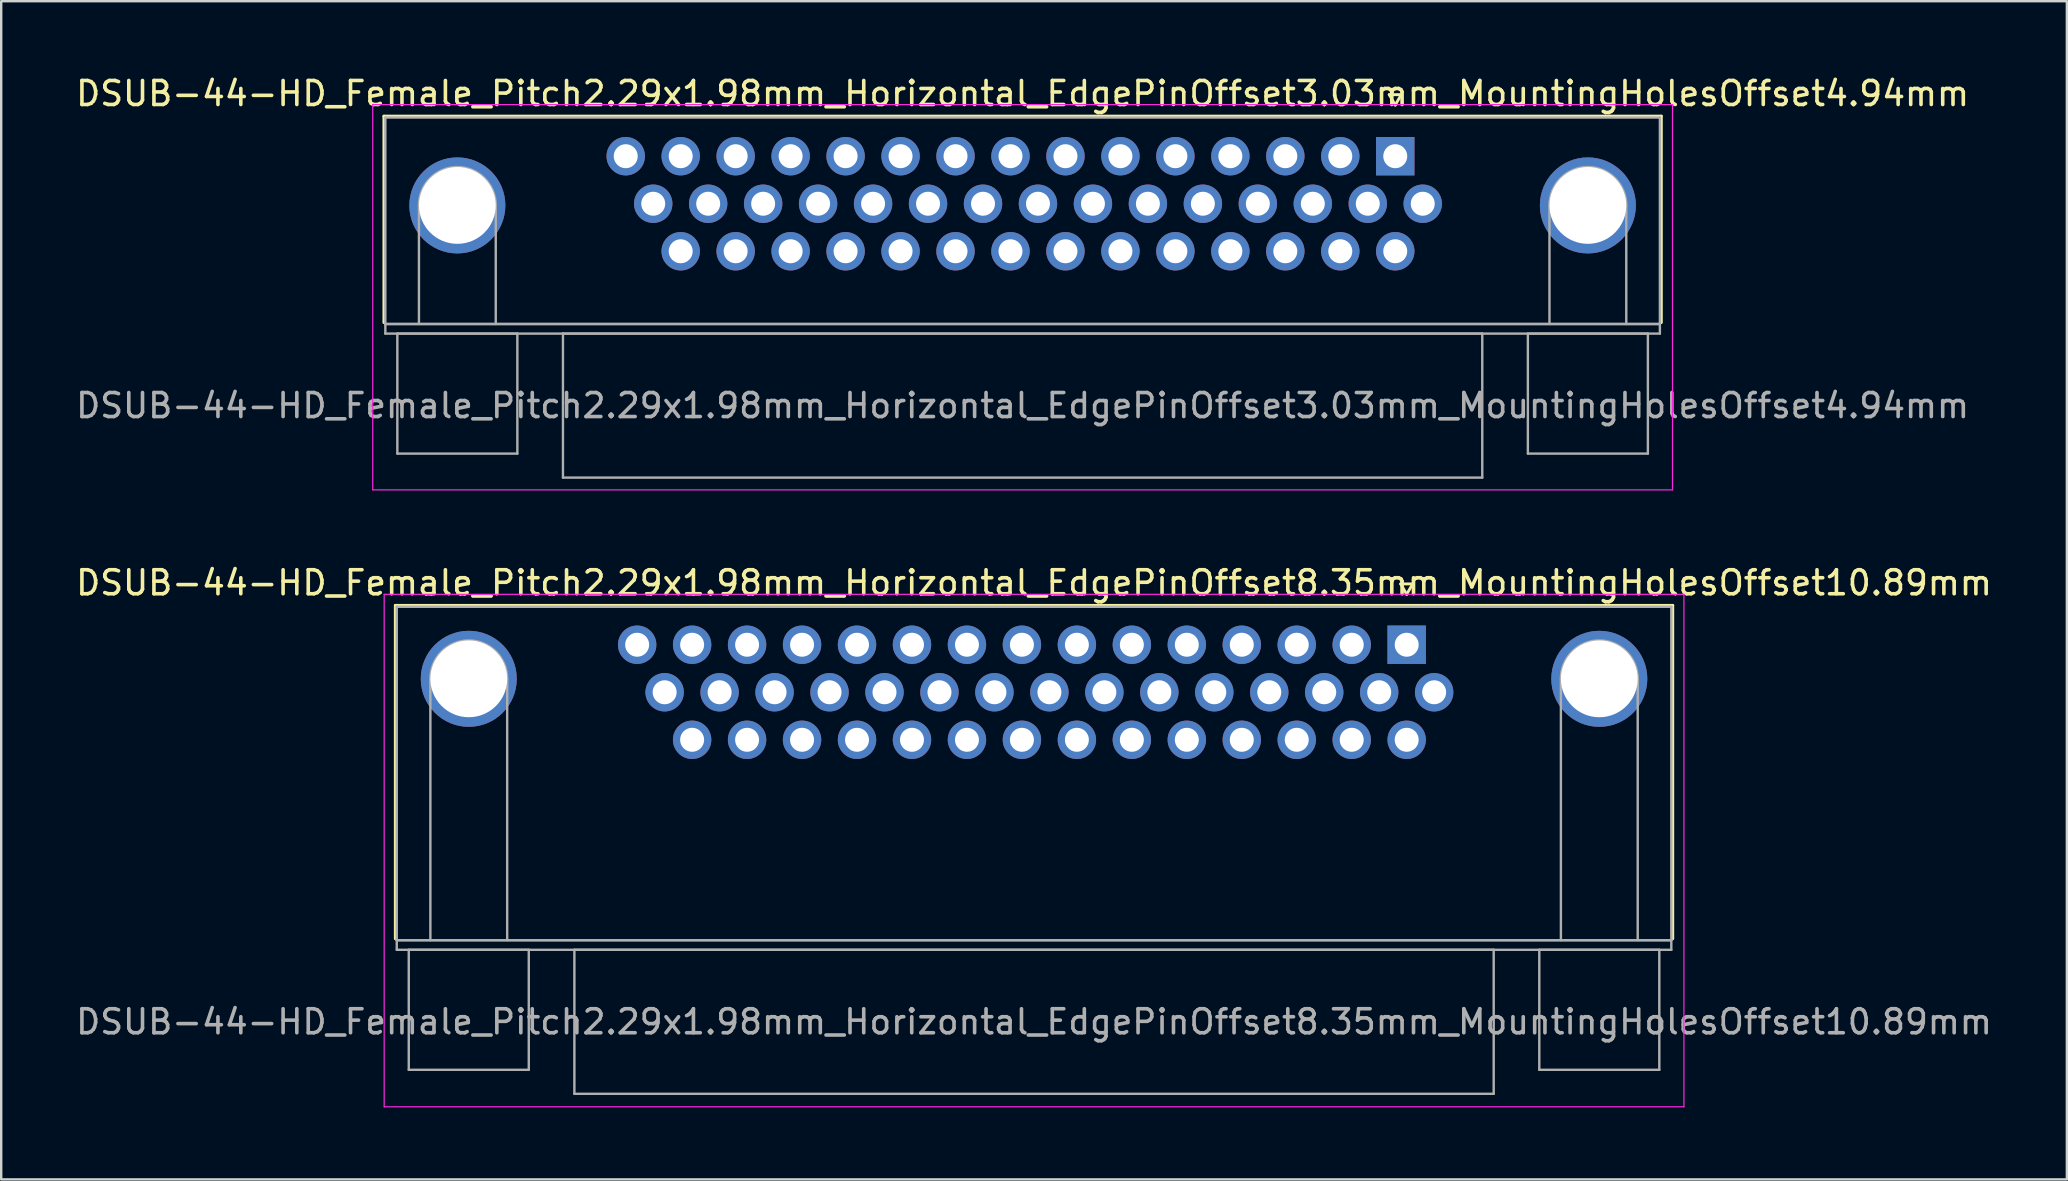
<source format=kicad_pcb>
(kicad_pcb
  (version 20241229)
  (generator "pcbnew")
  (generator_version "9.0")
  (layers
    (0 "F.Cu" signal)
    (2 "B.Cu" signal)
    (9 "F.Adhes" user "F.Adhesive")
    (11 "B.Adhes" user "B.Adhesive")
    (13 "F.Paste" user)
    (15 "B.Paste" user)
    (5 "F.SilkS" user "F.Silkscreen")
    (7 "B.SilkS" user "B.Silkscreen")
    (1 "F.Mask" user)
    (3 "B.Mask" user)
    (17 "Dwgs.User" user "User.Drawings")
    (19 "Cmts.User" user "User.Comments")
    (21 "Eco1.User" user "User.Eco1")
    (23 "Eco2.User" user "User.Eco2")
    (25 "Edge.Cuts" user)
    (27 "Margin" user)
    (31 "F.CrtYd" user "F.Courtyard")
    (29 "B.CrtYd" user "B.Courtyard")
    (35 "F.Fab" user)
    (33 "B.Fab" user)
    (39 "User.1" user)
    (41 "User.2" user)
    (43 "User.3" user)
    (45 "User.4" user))
  (footprint "DSUB-44-HD_Female_Pitch2.29x1.98mm_Horizontal_EdgePinOffset3.03mm_MountingHolesOffset4.94mm"
    (layer "F.Cu")
    (at 55.079 3.458)
    (property "Reference" "DSUB-44-HD_Female_Pitch2.29x1.98mm_Horizontal_EdgePinOffset3.03mm_MountingHolesOffset4.94mm" (at -15.525 -2.61 0) (layer "F.SilkS") (effects (font (size 1 1) (thickness 0.15))))
    (attr through_hole)
    (fp_line (start -42.135 -1.67) (end 11.085 -1.67) (stroke (width 0.12) (type solid)) (layer "F.SilkS"))
    (fp_line (start -42.135 6.93) (end -42.135 -1.67) (stroke (width 0.12) (type solid)) (layer "F.SilkS"))
    (fp_line (start -0.25 -2.564) (end 0.25 -2.564) (stroke (width 0.12) (type solid)) (layer "F.SilkS"))
    (fp_line (start 0 -2.131) (end -0.25 -2.564) (stroke (width 0.12) (type solid)) (layer "F.SilkS"))
    (fp_line (start 0.25 -2.564) (end 0 -2.131) (stroke (width 0.12) (type solid)) (layer "F.SilkS"))
    (fp_line (start 11.085 -1.67) (end 11.085 6.93) (stroke (width 0.12) (type solid)) (layer "F.SilkS"))
    (fp_line (start -42.6 -2.15) (end -42.6 13.9) (stroke (width 0.05) (type solid)) (layer "F.CrtYd"))
    (fp_line (start -42.6 13.9) (end 11.55 13.9) (stroke (width 0.05) (type solid)) (layer "F.CrtYd"))
    (fp_line (start 11.55 -2.15) (end -42.6 -2.15) (stroke (width 0.05) (type solid)) (layer "F.CrtYd"))
    (fp_line (start 11.55 13.9) (end 11.55 -2.15) (stroke (width 0.05) (type solid)) (layer "F.CrtYd"))
    (fp_line (start -42.075 -1.61) (end -42.075 6.99) (stroke (width 0.1) (type solid)) (layer "F.Fab"))
    (fp_line (start -42.075 6.99) (end -42.075 7.39) (stroke (width 0.1) (type solid)) (layer "F.Fab"))
    (fp_line (start -42.075 6.99) (end 11.025 6.99) (stroke (width 0.1) (type solid)) (layer "F.Fab"))
    (fp_line (start -42.075 7.39) (end 11.025 7.39) (stroke (width 0.1) (type solid)) (layer "F.Fab"))
    (fp_line (start -41.575 7.39) (end -41.575 12.39) (stroke (width 0.1) (type solid)) (layer "F.Fab"))
    (fp_line (start -41.575 12.39) (end -36.575 12.39) (stroke (width 0.1) (type solid)) (layer "F.Fab"))
    (fp_line (start -40.675 6.99) (end -40.675 2.05) (stroke (width 0.1) (type solid)) (layer "F.Fab"))
    (fp_line (start -37.475 6.99) (end -37.475 2.05) (stroke (width 0.1) (type solid)) (layer "F.Fab"))
    (fp_line (start -36.575 7.39) (end -41.575 7.39) (stroke (width 0.1) (type solid)) (layer "F.Fab"))
    (fp_line (start -36.575 12.39) (end -36.575 7.39) (stroke (width 0.1) (type solid)) (layer "F.Fab"))
    (fp_line (start -34.675 7.39) (end -34.675 13.39) (stroke (width 0.1) (type solid)) (layer "F.Fab"))
    (fp_line (start -34.675 13.39) (end 3.625 13.39) (stroke (width 0.1) (type solid)) (layer "F.Fab"))
    (fp_line (start 3.625 7.39) (end -34.675 7.39) (stroke (width 0.1) (type solid)) (layer "F.Fab"))
    (fp_line (start 3.625 13.39) (end 3.625 7.39) (stroke (width 0.1) (type solid)) (layer "F.Fab"))
    (fp_line (start 5.525 7.39) (end 5.525 12.39) (stroke (width 0.1) (type solid)) (layer "F.Fab"))
    (fp_line (start 5.525 12.39) (end 10.525 12.39) (stroke (width 0.1) (type solid)) (layer "F.Fab"))
    (fp_line (start 6.425 6.99) (end 6.425 2.05) (stroke (width 0.1) (type solid)) (layer "F.Fab"))
    (fp_line (start 9.625 6.99) (end 9.625 2.05) (stroke (width 0.1) (type solid)) (layer "F.Fab"))
    (fp_line (start 10.525 7.39) (end 5.525 7.39) (stroke (width 0.1) (type solid)) (layer "F.Fab"))
    (fp_line (start 10.525 12.39) (end 10.525 7.39) (stroke (width 0.1) (type solid)) (layer "F.Fab"))
    (fp_line (start 11.025 -1.61) (end -42.075 -1.61) (stroke (width 0.1) (type solid)) (layer "F.Fab"))
    (fp_line (start 11.025 6.99) (end -42.075 6.99) (stroke (width 0.1) (type solid)) (layer "F.Fab"))
    (fp_line (start 11.025 6.99) (end 11.025 -1.61) (stroke (width 0.1) (type solid)) (layer "F.Fab"))
    (fp_line (start 11.025 7.39) (end 11.025 6.99) (stroke (width 0.1) (type solid)) (layer "F.Fab"))
    (fp_arc (start -40.675 2.05) (mid -39.075 0.45) (end -37.475 2.05) (stroke (width 0.1) (type solid)) (layer "F.Fab"))
    (fp_arc (start 6.425 2.05) (mid 8.025 0.45) (end 9.625 2.05) (stroke (width 0.1) (type solid)) (layer "F.Fab"))
    (fp_text user "${REFERENCE}" (at -15.525 10.39 0) (layer "F.Fab") (effects (font (size 1 1) (thickness 0.15))))
    (pad "0" thru_hole circle (at -39.075 2.05) (size 4 4) (drill 3.2) (layers "*.Cu" "*.Mask"))
    (pad "0" thru_hole circle (at 8.025 2.05) (size 4 4) (drill 3.2) (layers "*.Cu" "*.Mask"))
    (pad "1" thru_hole rect (at 0 0) (size 1.6 1.6) (drill 1) (layers "*.Cu" "*.Mask"))
    (pad "2" thru_hole circle (at -2.29 0) (size 1.6 1.6) (drill 1) (layers "*.Cu" "*.Mask"))
    (pad "3" thru_hole circle (at -4.58 0) (size 1.6 1.6) (drill 1) (layers "*.Cu" "*.Mask"))
    (pad "4" thru_hole circle (at -6.87 0) (size 1.6 1.6) (drill 1) (layers "*.Cu" "*.Mask"))
    (pad "5" thru_hole circle (at -9.16 0) (size 1.6 1.6) (drill 1) (layers "*.Cu" "*.Mask"))
    (pad "6" thru_hole circle (at -11.45 0) (size 1.6 1.6) (drill 1) (layers "*.Cu" "*.Mask"))
    (pad "7" thru_hole circle (at -13.74 0) (size 1.6 1.6) (drill 1) (layers "*.Cu" "*.Mask"))
    (pad "8" thru_hole circle (at -16.03 0) (size 1.6 1.6) (drill 1) (layers "*.Cu" "*.Mask"))
    (pad "9" thru_hole circle (at -18.32 0) (size 1.6 1.6) (drill 1) (layers "*.Cu" "*.Mask"))
    (pad "10" thru_hole circle (at -20.61 0) (size 1.6 1.6) (drill 1) (layers "*.Cu" "*.Mask"))
    (pad "11" thru_hole circle (at -22.9 0) (size 1.6 1.6) (drill 1) (layers "*.Cu" "*.Mask"))
    (pad "12" thru_hole circle (at -25.19 0) (size 1.6 1.6) (drill 1) (layers "*.Cu" "*.Mask"))
    (pad "13" thru_hole circle (at -27.48 0) (size 1.6 1.6) (drill 1) (layers "*.Cu" "*.Mask"))
    (pad "14" thru_hole circle (at -29.77 0) (size 1.6 1.6) (drill 1) (layers "*.Cu" "*.Mask"))
    (pad "15" thru_hole circle (at -32.06 0) (size 1.6 1.6) (drill 1) (layers "*.Cu" "*.Mask"))
    (pad "16" thru_hole circle (at 1.145 1.98) (size 1.6 1.6) (drill 1) (layers "*.Cu" "*.Mask"))
    (pad "17" thru_hole circle (at -1.145 1.98) (size 1.6 1.6) (drill 1) (layers "*.Cu" "*.Mask"))
    (pad "18" thru_hole circle (at -3.435 1.98) (size 1.6 1.6) (drill 1) (layers "*.Cu" "*.Mask"))
    (pad "19" thru_hole circle (at -5.725 1.98) (size 1.6 1.6) (drill 1) (layers "*.Cu" "*.Mask"))
    (pad "20" thru_hole circle (at -8.015 1.98) (size 1.6 1.6) (drill 1) (layers "*.Cu" "*.Mask"))
    (pad "21" thru_hole circle (at -10.305 1.98) (size 1.6 1.6) (drill 1) (layers "*.Cu" "*.Mask"))
    (pad "22" thru_hole circle (at -12.595 1.98) (size 1.6 1.6) (drill 1) (layers "*.Cu" "*.Mask"))
    (pad "23" thru_hole circle (at -14.885 1.98) (size 1.6 1.6) (drill 1) (layers "*.Cu" "*.Mask"))
    (pad "24" thru_hole circle (at -17.175 1.98) (size 1.6 1.6) (drill 1) (layers "*.Cu" "*.Mask"))
    (pad "25" thru_hole circle (at -19.465 1.98) (size 1.6 1.6) (drill 1) (layers "*.Cu" "*.Mask"))
    (pad "26" thru_hole circle (at -21.755 1.98) (size 1.6 1.6) (drill 1) (layers "*.Cu" "*.Mask"))
    (pad "27" thru_hole circle (at -24.045 1.98) (size 1.6 1.6) (drill 1) (layers "*.Cu" "*.Mask"))
    (pad "28" thru_hole circle (at -26.335 1.98) (size 1.6 1.6) (drill 1) (layers "*.Cu" "*.Mask"))
    (pad "29" thru_hole circle (at -28.625 1.98) (size 1.6 1.6) (drill 1) (layers "*.Cu" "*.Mask"))
    (pad "30" thru_hole circle (at -30.915 1.98) (size 1.6 1.6) (drill 1) (layers "*.Cu" "*.Mask"))
    (pad "31" thru_hole circle (at 0 3.96) (size 1.6 1.6) (drill 1) (layers "*.Cu" "*.Mask"))
    (pad "32" thru_hole circle (at -2.29 3.96) (size 1.6 1.6) (drill 1) (layers "*.Cu" "*.Mask"))
    (pad "33" thru_hole circle (at -4.58 3.96) (size 1.6 1.6) (drill 1) (layers "*.Cu" "*.Mask"))
    (pad "34" thru_hole circle (at -6.87 3.96) (size 1.6 1.6) (drill 1) (layers "*.Cu" "*.Mask"))
    (pad "35" thru_hole circle (at -9.16 3.96) (size 1.6 1.6) (drill 1) (layers "*.Cu" "*.Mask"))
    (pad "36" thru_hole circle (at -11.45 3.96) (size 1.6 1.6) (drill 1) (layers "*.Cu" "*.Mask"))
    (pad "37" thru_hole circle (at -13.74 3.96) (size 1.6 1.6) (drill 1) (layers "*.Cu" "*.Mask"))
    (pad "38" thru_hole circle (at -16.03 3.96) (size 1.6 1.6) (drill 1) (layers "*.Cu" "*.Mask"))
    (pad "39" thru_hole circle (at -18.32 3.96) (size 1.6 1.6) (drill 1) (layers "*.Cu" "*.Mask"))
    (pad "40" thru_hole circle (at -20.61 3.96) (size 1.6 1.6) (drill 1) (layers "*.Cu" "*.Mask"))
    (pad "41" thru_hole circle (at -22.9 3.96) (size 1.6 1.6) (drill 1) (layers "*.Cu" "*.Mask"))
    (pad "42" thru_hole circle (at -25.19 3.96) (size 1.6 1.6) (drill 1) (layers "*.Cu" "*.Mask"))
    (pad "43" thru_hole circle (at -27.48 3.96) (size 1.6 1.6) (drill 1) (layers "*.Cu" "*.Mask"))
    (pad "44" thru_hole circle (at -29.77 3.96) (size 1.6 1.6) (drill 1) (layers "*.Cu" "*.Mask")))
  (footprint "DSUB-44-HD_Female_Pitch2.29x1.98mm_Horizontal_EdgePinOffset8.35mm_MountingHolesOffset10.89mm"
    (layer "F.Cu")
    (at 55.555 23.811)
    (property "Reference" "DSUB-44-HD_Female_Pitch2.29x1.98mm_Horizontal_EdgePinOffset8.35mm_MountingHolesOffset10.89mm" (at -15.525 -2.58 0) (layer "F.SilkS") (effects (font (size 1 1) (thickness 0.15))))
    (attr through_hole)
    (fp_line (start -42.135 -1.64) (end 11.085 -1.64) (stroke (width 0.12) (type solid)) (layer "F.SilkS"))
    (fp_line (start -42.135 12.25) (end -42.135 -1.64) (stroke (width 0.12) (type solid)) (layer "F.SilkS"))
    (fp_line (start -0.25 -2.534) (end 0.25 -2.534) (stroke (width 0.12) (type solid)) (layer "F.SilkS"))
    (fp_line (start 0 -2.101) (end -0.25 -2.534) (stroke (width 0.12) (type solid)) (layer "F.SilkS"))
    (fp_line (start 0.25 -2.534) (end 0 -2.101) (stroke (width 0.12) (type solid)) (layer "F.SilkS"))
    (fp_line (start 11.085 -1.64) (end 11.085 12.25) (stroke (width 0.12) (type solid)) (layer "F.SilkS"))
    (fp_line (start -42.6 -2.1) (end -42.6 19.25) (stroke (width 0.05) (type solid)) (layer "F.CrtYd"))
    (fp_line (start -42.6 19.25) (end 11.55 19.25) (stroke (width 0.05) (type solid)) (layer "F.CrtYd"))
    (fp_line (start 11.55 -2.1) (end -42.6 -2.1) (stroke (width 0.05) (type solid)) (layer "F.CrtYd"))
    (fp_line (start 11.55 19.25) (end 11.55 -2.1) (stroke (width 0.05) (type solid)) (layer "F.CrtYd"))
    (fp_line (start -42.075 -1.58) (end -42.075 12.31) (stroke (width 0.1) (type solid)) (layer "F.Fab"))
    (fp_line (start -42.075 12.31) (end -42.075 12.71) (stroke (width 0.1) (type solid)) (layer "F.Fab"))
    (fp_line (start -42.075 12.31) (end 11.025 12.31) (stroke (width 0.1) (type solid)) (layer "F.Fab"))
    (fp_line (start -42.075 12.71) (end 11.025 12.71) (stroke (width 0.1) (type solid)) (layer "F.Fab"))
    (fp_line (start -41.575 12.71) (end -41.575 17.71) (stroke (width 0.1) (type solid)) (layer "F.Fab"))
    (fp_line (start -41.575 17.71) (end -36.575 17.71) (stroke (width 0.1) (type solid)) (layer "F.Fab"))
    (fp_line (start -40.675 12.31) (end -40.675 1.42) (stroke (width 0.1) (type solid)) (layer "F.Fab"))
    (fp_line (start -37.475 12.31) (end -37.475 1.42) (stroke (width 0.1) (type solid)) (layer "F.Fab"))
    (fp_line (start -36.575 12.71) (end -41.575 12.71) (stroke (width 0.1) (type solid)) (layer "F.Fab"))
    (fp_line (start -36.575 17.71) (end -36.575 12.71) (stroke (width 0.1) (type solid)) (layer "F.Fab"))
    (fp_line (start -34.675 12.71) (end -34.675 18.71) (stroke (width 0.1) (type solid)) (layer "F.Fab"))
    (fp_line (start -34.675 18.71) (end 3.625 18.71) (stroke (width 0.1) (type solid)) (layer "F.Fab"))
    (fp_line (start 3.625 12.71) (end -34.675 12.71) (stroke (width 0.1) (type solid)) (layer "F.Fab"))
    (fp_line (start 3.625 18.71) (end 3.625 12.71) (stroke (width 0.1) (type solid)) (layer "F.Fab"))
    (fp_line (start 5.525 12.71) (end 5.525 17.71) (stroke (width 0.1) (type solid)) (layer "F.Fab"))
    (fp_line (start 5.525 17.71) (end 10.525 17.71) (stroke (width 0.1) (type solid)) (layer "F.Fab"))
    (fp_line (start 6.425 12.31) (end 6.425 1.42) (stroke (width 0.1) (type solid)) (layer "F.Fab"))
    (fp_line (start 9.625 12.31) (end 9.625 1.42) (stroke (width 0.1) (type solid)) (layer "F.Fab"))
    (fp_line (start 10.525 12.71) (end 5.525 12.71) (stroke (width 0.1) (type solid)) (layer "F.Fab"))
    (fp_line (start 10.525 17.71) (end 10.525 12.71) (stroke (width 0.1) (type solid)) (layer "F.Fab"))
    (fp_line (start 11.025 -1.58) (end -42.075 -1.58) (stroke (width 0.1) (type solid)) (layer "F.Fab"))
    (fp_line (start 11.025 12.31) (end -42.075 12.31) (stroke (width 0.1) (type solid)) (layer "F.Fab"))
    (fp_line (start 11.025 12.31) (end 11.025 -1.58) (stroke (width 0.1) (type solid)) (layer "F.Fab"))
    (fp_line (start 11.025 12.71) (end 11.025 12.31) (stroke (width 0.1) (type solid)) (layer "F.Fab"))
    (fp_arc (start -40.675 1.42) (mid -39.075 -0.18) (end -37.475 1.42) (stroke (width 0.1) (type solid)) (layer "F.Fab"))
    (fp_arc (start 6.425 1.42) (mid 8.025 -0.18) (end 9.625 1.42) (stroke (width 0.1) (type solid)) (layer "F.Fab"))
    (fp_text user "${REFERENCE}" (at -15.525 15.71 0) (layer "F.Fab") (effects (font (size 1 1) (thickness 0.15))))
    (pad "0" thru_hole circle (at -39.075 1.42) (size 4 4) (drill 3.2) (layers "*.Cu" "*.Mask"))
    (pad "0" thru_hole circle (at 8.025 1.42) (size 4 4) (drill 3.2) (layers "*.Cu" "*.Mask"))
    (pad "1" thru_hole rect (at 0 0) (size 1.6 1.6) (drill 1) (layers "*.Cu" "*.Mask"))
    (pad "2" thru_hole circle (at -2.29 0) (size 1.6 1.6) (drill 1) (layers "*.Cu" "*.Mask"))
    (pad "3" thru_hole circle (at -4.58 0) (size 1.6 1.6) (drill 1) (layers "*.Cu" "*.Mask"))
    (pad "4" thru_hole circle (at -6.87 0) (size 1.6 1.6) (drill 1) (layers "*.Cu" "*.Mask"))
    (pad "5" thru_hole circle (at -9.16 0) (size 1.6 1.6) (drill 1) (layers "*.Cu" "*.Mask"))
    (pad "6" thru_hole circle (at -11.45 0) (size 1.6 1.6) (drill 1) (layers "*.Cu" "*.Mask"))
    (pad "7" thru_hole circle (at -13.74 0) (size 1.6 1.6) (drill 1) (layers "*.Cu" "*.Mask"))
    (pad "8" thru_hole circle (at -16.03 0) (size 1.6 1.6) (drill 1) (layers "*.Cu" "*.Mask"))
    (pad "9" thru_hole circle (at -18.32 0) (size 1.6 1.6) (drill 1) (layers "*.Cu" "*.Mask"))
    (pad "10" thru_hole circle (at -20.61 0) (size 1.6 1.6) (drill 1) (layers "*.Cu" "*.Mask"))
    (pad "11" thru_hole circle (at -22.9 0) (size 1.6 1.6) (drill 1) (layers "*.Cu" "*.Mask"))
    (pad "12" thru_hole circle (at -25.19 0) (size 1.6 1.6) (drill 1) (layers "*.Cu" "*.Mask"))
    (pad "13" thru_hole circle (at -27.48 0) (size 1.6 1.6) (drill 1) (layers "*.Cu" "*.Mask"))
    (pad "14" thru_hole circle (at -29.77 0) (size 1.6 1.6) (drill 1) (layers "*.Cu" "*.Mask"))
    (pad "15" thru_hole circle (at -32.06 0) (size 1.6 1.6) (drill 1) (layers "*.Cu" "*.Mask"))
    (pad "16" thru_hole circle (at 1.145 1.98) (size 1.6 1.6) (drill 1) (layers "*.Cu" "*.Mask"))
    (pad "17" thru_hole circle (at -1.145 1.98) (size 1.6 1.6) (drill 1) (layers "*.Cu" "*.Mask"))
    (pad "18" thru_hole circle (at -3.435 1.98) (size 1.6 1.6) (drill 1) (layers "*.Cu" "*.Mask"))
    (pad "19" thru_hole circle (at -5.725 1.98) (size 1.6 1.6) (drill 1) (layers "*.Cu" "*.Mask"))
    (pad "20" thru_hole circle (at -8.015 1.98) (size 1.6 1.6) (drill 1) (layers "*.Cu" "*.Mask"))
    (pad "21" thru_hole circle (at -10.305 1.98) (size 1.6 1.6) (drill 1) (layers "*.Cu" "*.Mask"))
    (pad "22" thru_hole circle (at -12.595 1.98) (size 1.6 1.6) (drill 1) (layers "*.Cu" "*.Mask"))
    (pad "23" thru_hole circle (at -14.885 1.98) (size 1.6 1.6) (drill 1) (layers "*.Cu" "*.Mask"))
    (pad "24" thru_hole circle (at -17.175 1.98) (size 1.6 1.6) (drill 1) (layers "*.Cu" "*.Mask"))
    (pad "25" thru_hole circle (at -19.465 1.98) (size 1.6 1.6) (drill 1) (layers "*.Cu" "*.Mask"))
    (pad "26" thru_hole circle (at -21.755 1.98) (size 1.6 1.6) (drill 1) (layers "*.Cu" "*.Mask"))
    (pad "27" thru_hole circle (at -24.045 1.98) (size 1.6 1.6) (drill 1) (layers "*.Cu" "*.Mask"))
    (pad "28" thru_hole circle (at -26.335 1.98) (size 1.6 1.6) (drill 1) (layers "*.Cu" "*.Mask"))
    (pad "29" thru_hole circle (at -28.625 1.98) (size 1.6 1.6) (drill 1) (layers "*.Cu" "*.Mask"))
    (pad "30" thru_hole circle (at -30.915 1.98) (size 1.6 1.6) (drill 1) (layers "*.Cu" "*.Mask"))
    (pad "31" thru_hole circle (at 0 3.96) (size 1.6 1.6) (drill 1) (layers "*.Cu" "*.Mask"))
    (pad "32" thru_hole circle (at -2.29 3.96) (size 1.6 1.6) (drill 1) (layers "*.Cu" "*.Mask"))
    (pad "33" thru_hole circle (at -4.58 3.96) (size 1.6 1.6) (drill 1) (layers "*.Cu" "*.Mask"))
    (pad "34" thru_hole circle (at -6.87 3.96) (size 1.6 1.6) (drill 1) (layers "*.Cu" "*.Mask"))
    (pad "35" thru_hole circle (at -9.16 3.96) (size 1.6 1.6) (drill 1) (layers "*.Cu" "*.Mask"))
    (pad "36" thru_hole circle (at -11.45 3.96) (size 1.6 1.6) (drill 1) (layers "*.Cu" "*.Mask"))
    (pad "37" thru_hole circle (at -13.74 3.96) (size 1.6 1.6) (drill 1) (layers "*.Cu" "*.Mask"))
    (pad "38" thru_hole circle (at -16.03 3.96) (size 1.6 1.6) (drill 1) (layers "*.Cu" "*.Mask"))
    (pad "39" thru_hole circle (at -18.32 3.96) (size 1.6 1.6) (drill 1) (layers "*.Cu" "*.Mask"))
    (pad "40" thru_hole circle (at -20.61 3.96) (size 1.6 1.6) (drill 1) (layers "*.Cu" "*.Mask"))
    (pad "41" thru_hole circle (at -22.9 3.96) (size 1.6 1.6) (drill 1) (layers "*.Cu" "*.Mask"))
    (pad "42" thru_hole circle (at -25.19 3.96) (size 1.6 1.6) (drill 1) (layers "*.Cu" "*.Mask"))
    (pad "43" thru_hole circle (at -27.48 3.96) (size 1.6 1.6) (drill 1) (layers "*.Cu" "*.Mask"))
    (pad "44" thru_hole circle (at -29.77 3.96) (size 1.6 1.6) (drill 1) (layers "*.Cu" "*.Mask")))
  (gr_rect
    (start -3 -3)
    (end 83.06 46.087)
    (stroke (width 0.1) (type default))
    (fill no)
    (layer "Edge.Cuts")))
</source>
